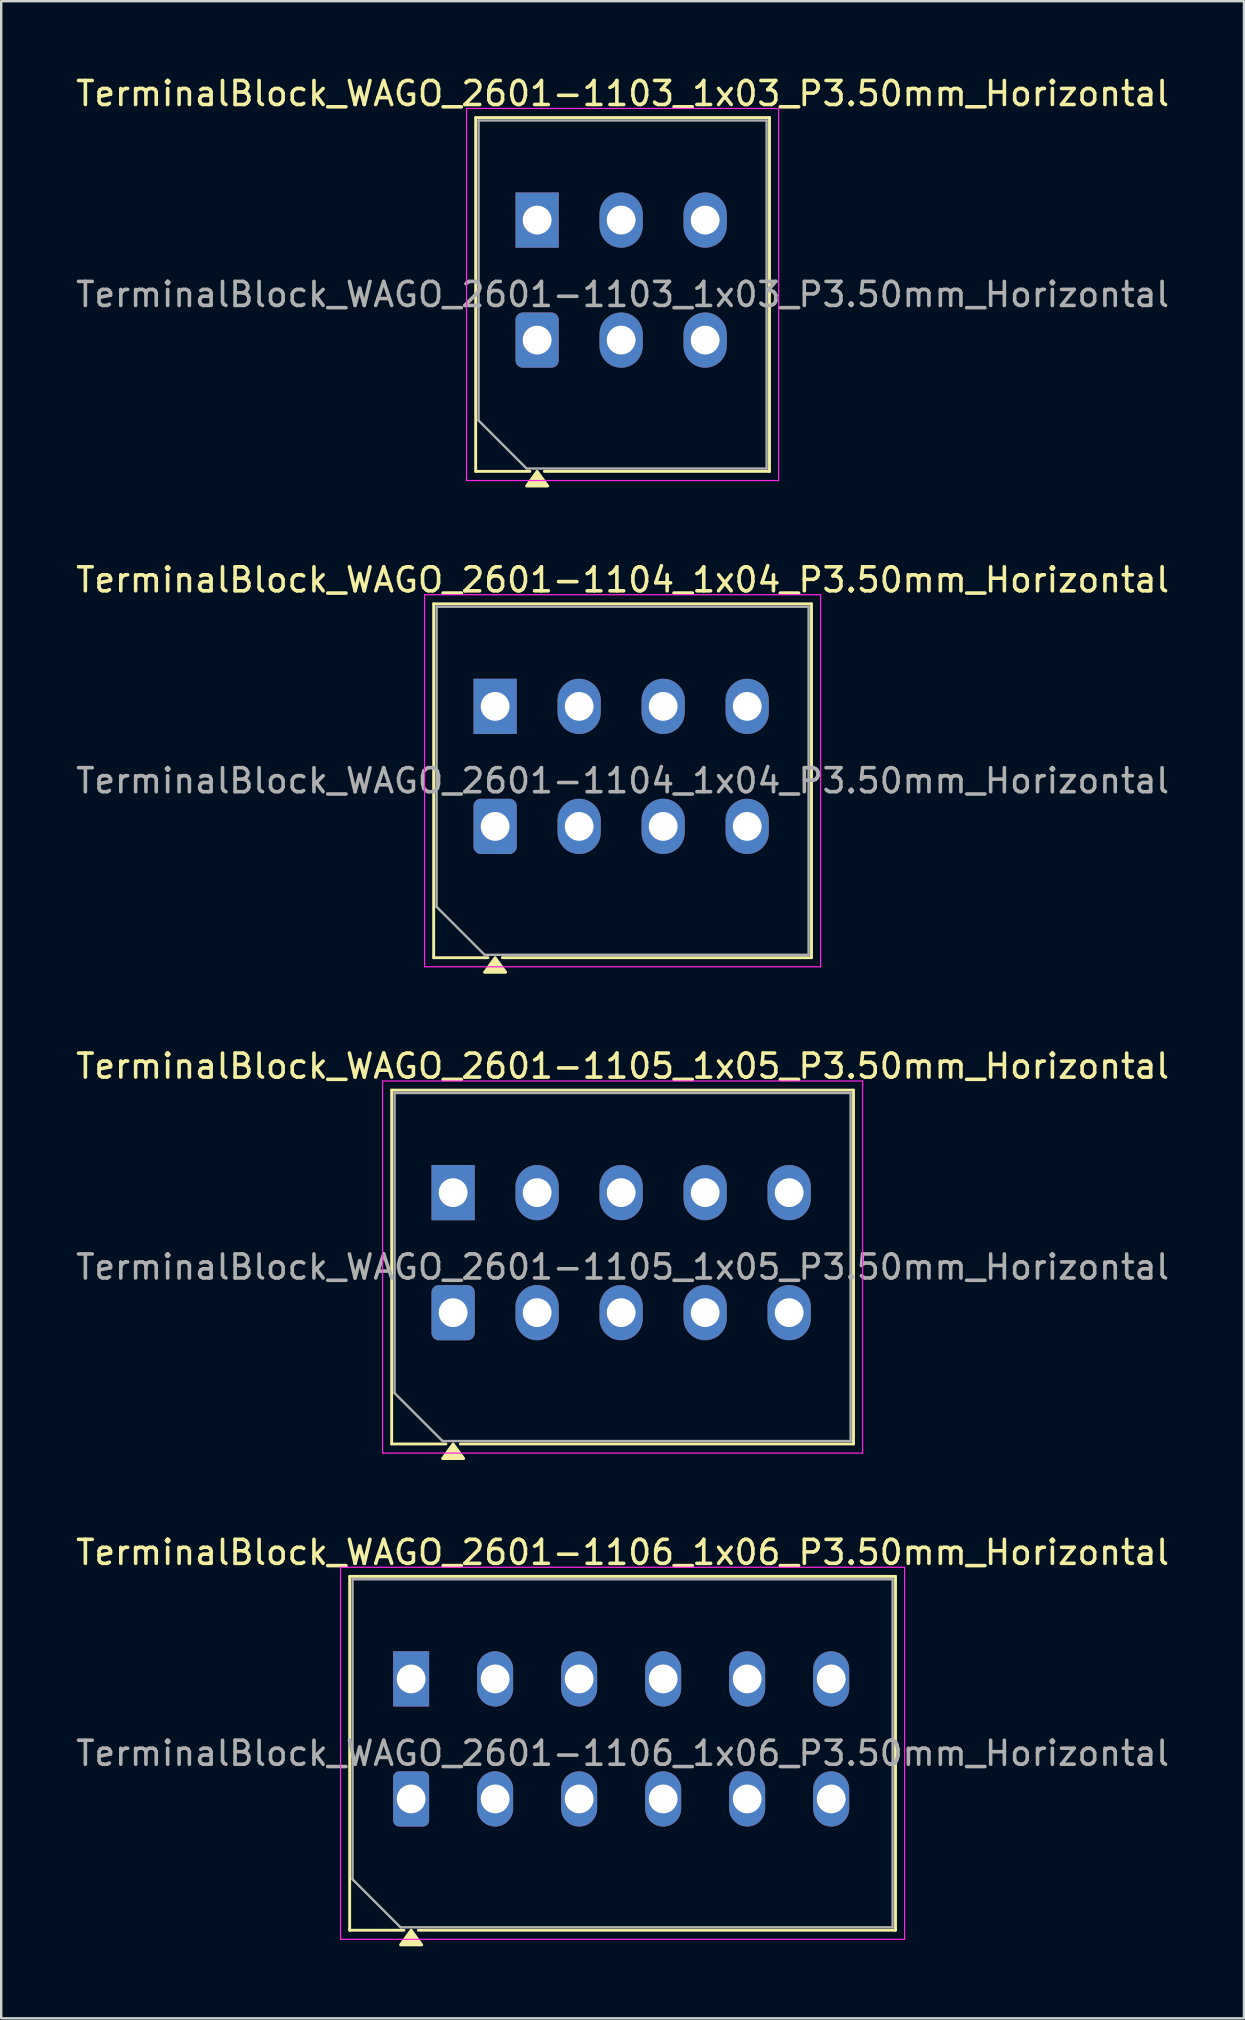
<source format=kicad_pcb>
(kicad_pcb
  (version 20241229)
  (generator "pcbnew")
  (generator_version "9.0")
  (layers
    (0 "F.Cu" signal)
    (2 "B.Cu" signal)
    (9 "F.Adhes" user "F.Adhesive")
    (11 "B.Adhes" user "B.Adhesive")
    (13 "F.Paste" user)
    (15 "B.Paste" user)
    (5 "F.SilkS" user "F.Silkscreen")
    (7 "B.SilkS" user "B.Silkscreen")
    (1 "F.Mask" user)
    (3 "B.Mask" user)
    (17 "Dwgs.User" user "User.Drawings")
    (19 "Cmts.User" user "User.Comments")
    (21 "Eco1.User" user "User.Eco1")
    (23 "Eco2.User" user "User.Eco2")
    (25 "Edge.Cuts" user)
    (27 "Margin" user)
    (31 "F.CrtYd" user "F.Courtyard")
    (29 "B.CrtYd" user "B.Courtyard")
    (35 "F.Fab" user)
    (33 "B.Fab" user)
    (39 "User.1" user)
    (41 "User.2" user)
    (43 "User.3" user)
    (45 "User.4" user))
  (footprint "TerminalBlock_WAGO_2601-1104_1x04_P3.50mm_Horizontal"
    (layer "F.Cu")
    (at 17.577 31.377)
    (property "Reference" "TerminalBlock_WAGO_2601-1104_1x04_P3.50mm_Horizontal" (at 5.31 -10.27 0) (layer "F.SilkS") (effects (font (size 1 1) (thickness 0.15))))
    (attr through_hole)
    (fp_line (start -2.56 -9.27) (end 13.18 -9.27) (stroke (width 0.12) (type solid)) (layer "F.SilkS"))
    (fp_line (start -2.56 5.47) (end -2.56 -9.27) (stroke (width 0.12) (type solid)) (layer "F.SilkS"))
    (fp_line (start -0.3 5.47) (end -2.56 5.47) (stroke (width 0.12) (type solid)) (layer "F.SilkS"))
    (fp_line (start 13.18 -9.27) (end 13.18 5.47) (stroke (width 0.12) (type solid)) (layer "F.SilkS"))
    (fp_line (start 13.18 5.47) (end 0.3 5.47) (stroke (width 0.12) (type solid)) (layer "F.SilkS"))
    (fp_poly (pts (xy 0 5.47) (xy 0.44 6.08) (xy -0.44 6.08)) (stroke (width 0.12) (type solid)) (fill yes) (layer "F.SilkS"))
    (fp_line (start -2.94 -9.65) (end -2.94 5.85) (stroke (width 0.05) (type solid)) (layer "F.CrtYd"))
    (fp_line (start -2.94 5.85) (end 13.56 5.85) (stroke (width 0.05) (type solid)) (layer "F.CrtYd"))
    (fp_line (start 13.56 -9.65) (end -2.94 -9.65) (stroke (width 0.05) (type solid)) (layer "F.CrtYd"))
    (fp_line (start 13.56 5.85) (end 13.56 -9.65) (stroke (width 0.05) (type solid)) (layer "F.CrtYd"))
    (fp_line (start -2.44 -9.15) (end 13.06 -9.15) (stroke (width 0.1) (type solid)) (layer "F.Fab"))
    (fp_line (start -2.44 3.35) (end -2.44 -9.15) (stroke (width 0.1) (type solid)) (layer "F.Fab"))
    (fp_line (start -0.44 5.35) (end -2.44 3.35) (stroke (width 0.1) (type solid)) (layer "F.Fab"))
    (fp_line (start 13.06 -9.15) (end 13.06 5.35) (stroke (width 0.1) (type solid)) (layer "F.Fab"))
    (fp_line (start 13.06 5.35) (end -0.44 5.35) (stroke (width 0.1) (type solid)) (layer "F.Fab"))
    (fp_text user "${REFERENCE}" (at 5.31 -1.9 0) (layer "F.Fab") (effects (font (size 1 1) (thickness 0.15))))
    (pad "1" thru_hole rect (at 0 -5) (size 1.8 2.3) (drill 1.2) (layers "*.Cu" "*.Mask"))
    (pad "1" thru_hole roundrect (at 0 0) (size 1.8 2.3) (drill 1.2) (layers "*.Cu" "*.Mask") (roundrect_rratio 0.167))
    (pad "2" thru_hole oval (at 3.5 -5) (size 1.8 2.3) (drill 1.2) (layers "*.Cu" "*.Mask"))
    (pad "2" thru_hole oval (at 3.5 0) (size 1.8 2.3) (drill 1.2) (layers "*.Cu" "*.Mask"))
    (pad "3" thru_hole oval (at 7 -5) (size 1.8 2.3) (drill 1.2) (layers "*.Cu" "*.Mask"))
    (pad "3" thru_hole oval (at 7 0) (size 1.8 2.3) (drill 1.2) (layers "*.Cu" "*.Mask"))
    (pad "4" thru_hole oval (at 10.5 -5) (size 1.8 2.3) (drill 1.2) (layers "*.Cu" "*.Mask"))
    (pad "4" thru_hole oval (at 10.5 0) (size 1.8 2.3) (drill 1.2) (layers "*.Cu" "*.Mask")))
  (footprint "TerminalBlock_WAGO_2601-1106_1x06_P3.50mm_Horizontal"
    (layer "F.Cu")
    (at 14.077 71.893)
    (property "Reference" "TerminalBlock_WAGO_2601-1106_1x06_P3.50mm_Horizontal" (at 8.81 -10.27 0) (layer "F.SilkS") (effects (font (size 1 1) (thickness 0.15))))
    (attr through_hole)
    (fp_line (start -2.56 -9.27) (end 20.18 -9.27) (stroke (width 0.12) (type solid)) (layer "F.SilkS"))
    (fp_line (start -2.56 5.47) (end -2.56 -9.27) (stroke (width 0.12) (type solid)) (layer "F.SilkS"))
    (fp_line (start -0.3 5.47) (end -2.56 5.47) (stroke (width 0.12) (type solid)) (layer "F.SilkS"))
    (fp_line (start 20.18 -9.27) (end 20.18 5.47) (stroke (width 0.12) (type solid)) (layer "F.SilkS"))
    (fp_line (start 20.18 5.47) (end 0.3 5.47) (stroke (width 0.12) (type solid)) (layer "F.SilkS"))
    (fp_poly (pts (xy 0 5.47) (xy 0.44 6.08) (xy -0.44 6.08)) (stroke (width 0.12) (type solid)) (fill yes) (layer "F.SilkS"))
    (fp_line (start -2.94 -9.65) (end -2.94 5.85) (stroke (width 0.05) (type solid)) (layer "F.CrtYd"))
    (fp_line (start -2.94 5.85) (end 20.56 5.85) (stroke (width 0.05) (type solid)) (layer "F.CrtYd"))
    (fp_line (start 20.56 -9.65) (end -2.94 -9.65) (stroke (width 0.05) (type solid)) (layer "F.CrtYd"))
    (fp_line (start 20.56 5.85) (end 20.56 -9.65) (stroke (width 0.05) (type solid)) (layer "F.CrtYd"))
    (fp_line (start -2.44 -9.15) (end 20.06 -9.15) (stroke (width 0.1) (type solid)) (layer "F.Fab"))
    (fp_line (start -2.44 3.35) (end -2.44 -9.15) (stroke (width 0.1) (type solid)) (layer "F.Fab"))
    (fp_line (start -0.44 5.35) (end -2.44 3.35) (stroke (width 0.1) (type solid)) (layer "F.Fab"))
    (fp_line (start 20.06 -9.15) (end 20.06 5.35) (stroke (width 0.1) (type solid)) (layer "F.Fab"))
    (fp_line (start 20.06 5.35) (end -0.44 5.35) (stroke (width 0.1) (type solid)) (layer "F.Fab"))
    (fp_text user "${REFERENCE}" (at 8.81 -1.9 0) (layer "F.Fab") (effects (font (size 1 1) (thickness 0.15))))
    (pad "1" thru_hole rect (at 0 -5) (size 1.5 2.3) (drill 1.2) (layers "*.Cu" "*.Mask"))
    (pad "1" thru_hole roundrect (at 0 0) (size 1.5 2.3) (drill 1.2) (layers "*.Cu" "*.Mask") (roundrect_rratio 0.167))
    (pad "2" thru_hole oval (at 3.5 -5) (size 1.5 2.3) (drill 1.2) (layers "*.Cu" "*.Mask"))
    (pad "2" thru_hole oval (at 3.5 0) (size 1.5 2.3) (drill 1.2) (layers "*.Cu" "*.Mask"))
    (pad "3" thru_hole oval (at 7 -5) (size 1.5 2.3) (drill 1.2) (layers "*.Cu" "*.Mask"))
    (pad "3" thru_hole oval (at 7 0) (size 1.5 2.3) (drill 1.2) (layers "*.Cu" "*.Mask"))
    (pad "4" thru_hole oval (at 10.5 -5) (size 1.5 2.3) (drill 1.2) (layers "*.Cu" "*.Mask"))
    (pad "4" thru_hole oval (at 10.5 0) (size 1.5 2.3) (drill 1.2) (layers "*.Cu" "*.Mask"))
    (pad "5" thru_hole oval (at 14 -5) (size 1.5 2.3) (drill 1.2) (layers "*.Cu" "*.Mask"))
    (pad "5" thru_hole oval (at 14 0) (size 1.5 2.3) (drill 1.2) (layers "*.Cu" "*.Mask"))
    (pad "6" thru_hole oval (at 17.5 -5) (size 1.5 2.3) (drill 1.2) (layers "*.Cu" "*.Mask"))
    (pad "6" thru_hole oval (at 17.5 0) (size 1.5 2.3) (drill 1.2) (layers "*.Cu" "*.Mask")))
  (footprint "TerminalBlock_WAGO_2601-1103_1x03_P3.50mm_Horizontal"
    (layer "F.Cu")
    (at 19.327 11.118)
    (property "Reference" "TerminalBlock_WAGO_2601-1103_1x03_P3.50mm_Horizontal" (at 3.56 -10.27 0) (layer "F.SilkS") (effects (font (size 1 1) (thickness 0.15))))
    (attr through_hole)
    (fp_line (start -2.56 -9.27) (end 9.68 -9.27) (stroke (width 0.12) (type solid)) (layer "F.SilkS"))
    (fp_line (start -2.56 5.47) (end -2.56 -9.27) (stroke (width 0.12) (type solid)) (layer "F.SilkS"))
    (fp_line (start -0.3 5.47) (end -2.56 5.47) (stroke (width 0.12) (type solid)) (layer "F.SilkS"))
    (fp_line (start 9.68 -9.27) (end 9.68 5.47) (stroke (width 0.12) (type solid)) (layer "F.SilkS"))
    (fp_line (start 9.68 5.47) (end 0.3 5.47) (stroke (width 0.12) (type solid)) (layer "F.SilkS"))
    (fp_poly (pts (xy 0 5.47) (xy 0.44 6.08) (xy -0.44 6.08)) (stroke (width 0.12) (type solid)) (fill yes) (layer "F.SilkS"))
    (fp_line (start -2.94 -9.65) (end -2.94 5.85) (stroke (width 0.05) (type solid)) (layer "F.CrtYd"))
    (fp_line (start -2.94 5.85) (end 10.06 5.85) (stroke (width 0.05) (type solid)) (layer "F.CrtYd"))
    (fp_line (start 10.06 -9.65) (end -2.94 -9.65) (stroke (width 0.05) (type solid)) (layer "F.CrtYd"))
    (fp_line (start 10.06 5.85) (end 10.06 -9.65) (stroke (width 0.05) (type solid)) (layer "F.CrtYd"))
    (fp_line (start -2.44 -9.15) (end 9.56 -9.15) (stroke (width 0.1) (type solid)) (layer "F.Fab"))
    (fp_line (start -2.44 3.35) (end -2.44 -9.15) (stroke (width 0.1) (type solid)) (layer "F.Fab"))
    (fp_line (start -0.44 5.35) (end -2.44 3.35) (stroke (width 0.1) (type solid)) (layer "F.Fab"))
    (fp_line (start 9.56 -9.15) (end 9.56 5.35) (stroke (width 0.1) (type solid)) (layer "F.Fab"))
    (fp_line (start 9.56 5.35) (end -0.44 5.35) (stroke (width 0.1) (type solid)) (layer "F.Fab"))
    (fp_text user "${REFERENCE}" (at 3.56 -1.9 0) (layer "F.Fab") (effects (font (size 1 1) (thickness 0.15))))
    (pad "1" thru_hole rect (at 0 -5) (size 1.8 2.3) (drill 1.2) (layers "*.Cu" "*.Mask"))
    (pad "1" thru_hole roundrect (at 0 0) (size 1.8 2.3) (drill 1.2) (layers "*.Cu" "*.Mask") (roundrect_rratio 0.167))
    (pad "2" thru_hole oval (at 3.5 -5) (size 1.8 2.3) (drill 1.2) (layers "*.Cu" "*.Mask"))
    (pad "2" thru_hole oval (at 3.5 0) (size 1.8 2.3) (drill 1.2) (layers "*.Cu" "*.Mask"))
    (pad "3" thru_hole oval (at 7 -5) (size 1.8 2.3) (drill 1.2) (layers "*.Cu" "*.Mask"))
    (pad "3" thru_hole oval (at 7 0) (size 1.8 2.3) (drill 1.2) (layers "*.Cu" "*.Mask")))
  (footprint "TerminalBlock_WAGO_2601-1105_1x05_P3.50mm_Horizontal"
    (layer "F.Cu")
    (at 15.827 51.635)
    (property "Reference" "TerminalBlock_WAGO_2601-1105_1x05_P3.50mm_Horizontal" (at 7.06 -10.27 0) (layer "F.SilkS") (effects (font (size 1 1) (thickness 0.15))))
    (attr through_hole)
    (fp_line (start -2.56 -9.27) (end 16.68 -9.27) (stroke (width 0.12) (type solid)) (layer "F.SilkS"))
    (fp_line (start -2.56 5.47) (end -2.56 -9.27) (stroke (width 0.12) (type solid)) (layer "F.SilkS"))
    (fp_line (start -0.3 5.47) (end -2.56 5.47) (stroke (width 0.12) (type solid)) (layer "F.SilkS"))
    (fp_line (start 16.68 -9.27) (end 16.68 5.47) (stroke (width 0.12) (type solid)) (layer "F.SilkS"))
    (fp_line (start 16.68 5.47) (end 0.3 5.47) (stroke (width 0.12) (type solid)) (layer "F.SilkS"))
    (fp_poly (pts (xy 0 5.47) (xy 0.44 6.08) (xy -0.44 6.08)) (stroke (width 0.12) (type solid)) (fill yes) (layer "F.SilkS"))
    (fp_line (start -2.94 -9.65) (end -2.94 5.85) (stroke (width 0.05) (type solid)) (layer "F.CrtYd"))
    (fp_line (start -2.94 5.85) (end 17.06 5.85) (stroke (width 0.05) (type solid)) (layer "F.CrtYd"))
    (fp_line (start 17.06 -9.65) (end -2.94 -9.65) (stroke (width 0.05) (type solid)) (layer "F.CrtYd"))
    (fp_line (start 17.06 5.85) (end 17.06 -9.65) (stroke (width 0.05) (type solid)) (layer "F.CrtYd"))
    (fp_line (start -2.44 -9.15) (end 16.56 -9.15) (stroke (width 0.1) (type solid)) (layer "F.Fab"))
    (fp_line (start -2.44 3.35) (end -2.44 -9.15) (stroke (width 0.1) (type solid)) (layer "F.Fab"))
    (fp_line (start -0.44 5.35) (end -2.44 3.35) (stroke (width 0.1) (type solid)) (layer "F.Fab"))
    (fp_line (start 16.56 -9.15) (end 16.56 5.35) (stroke (width 0.1) (type solid)) (layer "F.Fab"))
    (fp_line (start 16.56 5.35) (end -0.44 5.35) (stroke (width 0.1) (type solid)) (layer "F.Fab"))
    (fp_text user "${REFERENCE}" (at 7.06 -1.9 0) (layer "F.Fab") (effects (font (size 1 1) (thickness 0.15))))
    (pad "1" thru_hole rect (at 0 -5) (size 1.8 2.3) (drill 1.2) (layers "*.Cu" "*.Mask"))
    (pad "1" thru_hole roundrect (at 0 0) (size 1.8 2.3) (drill 1.2) (layers "*.Cu" "*.Mask") (roundrect_rratio 0.167))
    (pad "2" thru_hole oval (at 3.5 -5) (size 1.8 2.3) (drill 1.2) (layers "*.Cu" "*.Mask"))
    (pad "2" thru_hole oval (at 3.5 0) (size 1.8 2.3) (drill 1.2) (layers "*.Cu" "*.Mask"))
    (pad "3" thru_hole oval (at 7 -5) (size 1.8 2.3) (drill 1.2) (layers "*.Cu" "*.Mask"))
    (pad "3" thru_hole oval (at 7 0) (size 1.8 2.3) (drill 1.2) (layers "*.Cu" "*.Mask"))
    (pad "4" thru_hole oval (at 10.5 -5) (size 1.8 2.3) (drill 1.2) (layers "*.Cu" "*.Mask"))
    (pad "4" thru_hole oval (at 10.5 0) (size 1.8 2.3) (drill 1.2) (layers "*.Cu" "*.Mask"))
    (pad "5" thru_hole oval (at 14 -5) (size 1.8 2.3) (drill 1.2) (layers "*.Cu" "*.Mask"))
    (pad "5" thru_hole oval (at 14 0) (size 1.8 2.3) (drill 1.2) (layers "*.Cu" "*.Mask")))
  (gr_rect
    (start -3 -3)
    (end 48.774 81.033)
    (stroke (width 0.1) (type default))
    (fill no)
    (layer "Edge.Cuts")))
</source>
